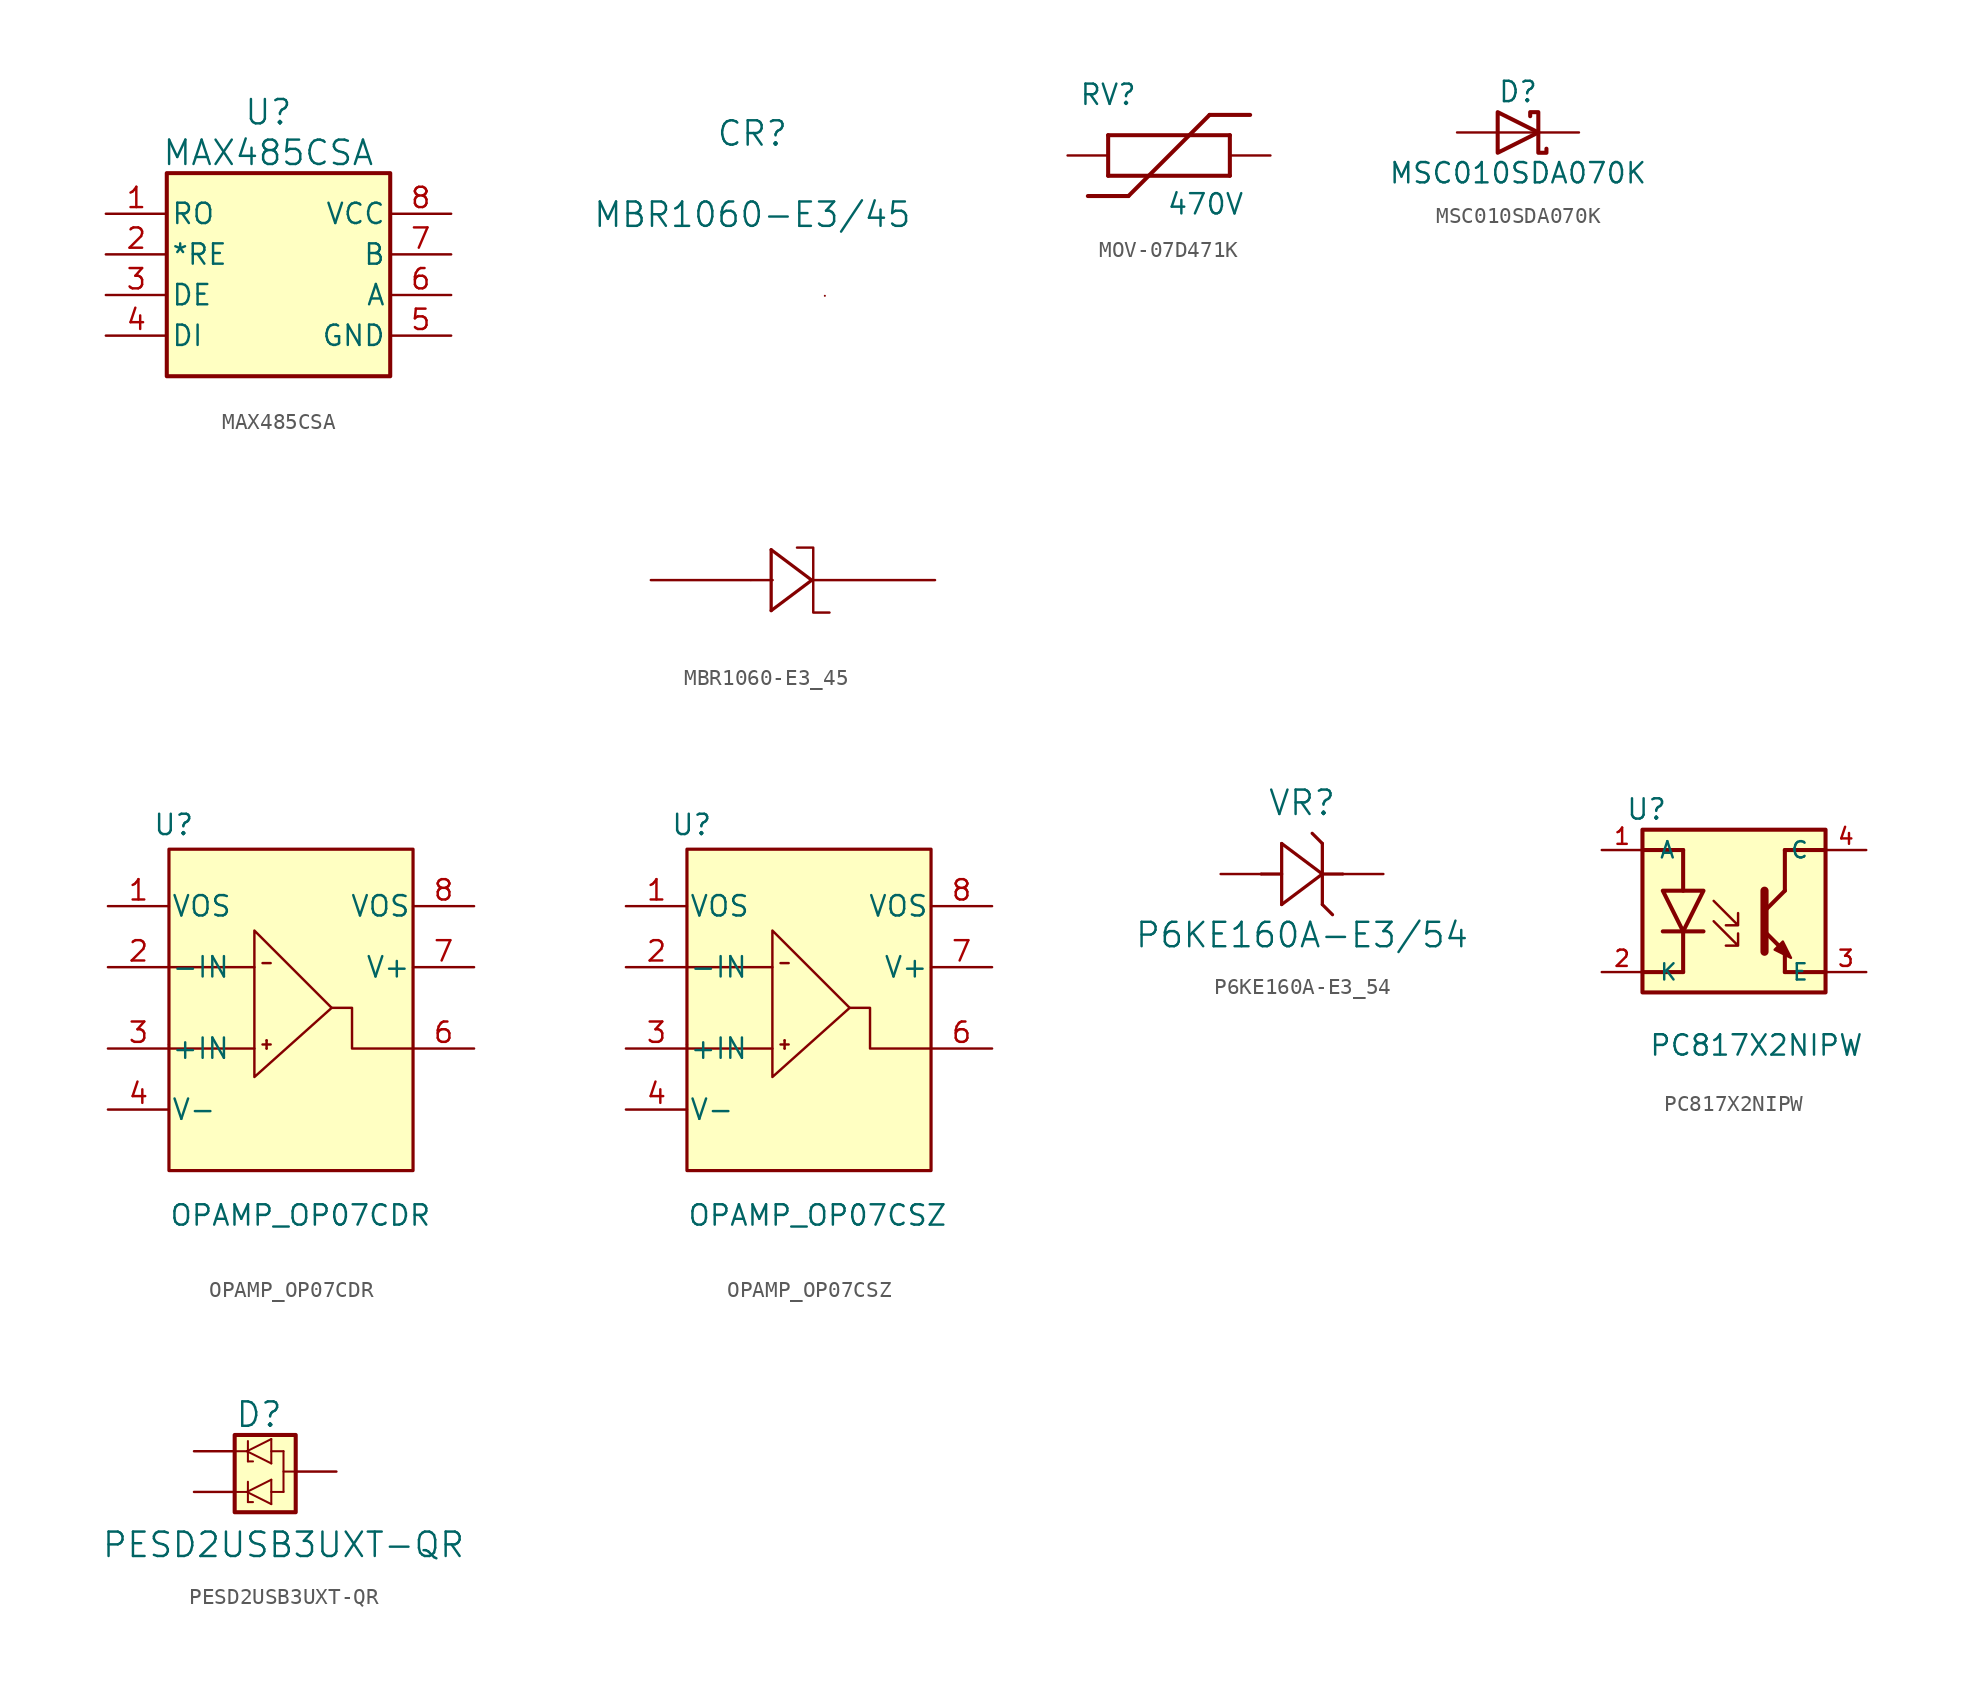
<source format=kicad_sym>
(kicad_symbol_lib
  (version 20231120)
  (generator "kicad_symbol_editor")
  (generator_version "8.0")
  (symbol "MAX485CSA"
    (pin_names
      (offset 0.254))
    (property "Reference" "U"
      (at 6.35 16.51 0)
      (effects (font (size 1.524 1.524))))
    (property "Value" "MAX485CSA"
      (at 6.35 13.97 0)
      (effects (font (size 1.524 1.524))))
    (symbol "MAX485CSA_0_1"
      (pin output line (at -3.81 10.16 0) (length 3.81) (name "RO" (effects (font (size 1.27 1.27)))) (number "1" (effects (font (size 1.27 1.27)))))
      (pin input line (at -3.81 7.62 0) (length 3.81) (name "*RE" (effects (font (size 1.27 1.27)))) (number "2" (effects (font (size 1.27 1.27)))))
      (pin input line (at -3.81 5.08 0) (length 3.81) (name "DE" (effects (font (size 1.27 1.27)))) (number "3" (effects (font (size 1.27 1.27)))))
      (pin input line (at -3.81 2.54 0) (length 3.81) (name "DI" (effects (font (size 1.27 1.27)))) (number "4" (effects (font (size 1.27 1.27)))))
      (pin power_in line (at 17.78 2.54 180) (length 3.81) (name "GND" (effects (font (size 1.27 1.27)))) (number "5" (effects (font (size 1.27 1.27)))))
      (pin bidirectional line (at 17.78 5.08 180) (length 3.81) (name "A" (effects (font (size 1.27 1.27)))) (number "6" (effects (font (size 1.27 1.27)))))
      (pin bidirectional line (at 17.78 7.62 180) (length 3.81) (name "B" (effects (font (size 1.27 1.27)))) (number "7" (effects (font (size 1.27 1.27)))))
      (pin power_in line (at 17.78 10.16 180) (length 3.81) (name "VCC" (effects (font (size 1.27 1.27)))) (number "8" (effects (font (size 1.27 1.27))))))
    (symbol "MAX485CSA_1_1"
      (rectangle (start 0 12.7) (end 13.97 0) (stroke (width 0.254) (type default)) (fill (type background)))))
  (symbol "MBR1060-E3_45"
    (pin_numbers hide)
    (pin_names
      (offset 0.254) hide)
    (property "Reference" "CR"
      (at -15.24 15.24 0)
      (effects (font (size 1.524 1.524))))
    (property "Value" "MBR1060-E3/45"
      (at -15.24 10.16 0)
      (effects (font (size 1.524 1.524))))
    (symbol "MBR1060-E3_45_0_1"
      (polyline (pts (xy -15.332 -12.705) (xy -15.332 -12.705)) (stroke (width 0.127) (type default)) (fill (type none)))
      (polyline (pts (xy -14.062 -14.61) (xy -14.062 -10.8)) (stroke (width 0.203) (type default)) (fill (type none)))
      (polyline (pts (xy -14.062 -10.8) (xy -11.522 -12.705)) (stroke (width 0.203) (type default)) (fill (type none)))
      (polyline (pts (xy -11.522 -12.705) (xy -14.062 -14.61)) (stroke (width 0.203) (type default)) (fill (type none)))
      (polyline (pts (xy -10.703 5.085) (xy -10.703 5.085)) (stroke (width 0.127) (type default)) (fill (type none)))
      (polyline (pts (xy -11.43 -14.732) (xy -11.43 -10.668) (xy -12.446 -10.668) (xy -11.43 -10.668) (xy -11.43 -14.732) (xy -10.414 -14.732)) (stroke (width 0) (type default)) (fill (type none)))
      (pin unspecified line (at -3.81 -12.7 180) (length 7.62) (name "1" (effects (font (size 1.27 1.27)))) (number "1" (effects (font (size 1.27 1.27))))))
    (symbol "MBR1060-E3_45_1_1"
      (pin unspecified line (at -21.59 -12.7 0) (length 7.62) (name "2" (effects (font (size 1.27 1.27)))) (number "2" (effects (font (size 1.27 1.27)))))))
  (symbol "MOV-07D471K"
    (pin_numbers hide)
    (pin_names hide)
    (property "Reference" "RV"
      (at -3.81 3.81 0)
      (effects (font (size 1.27 1.27))))
    (property "Value" "470V"
      (at 2.286 -3.048 0)
      (effects (font (size 1.27 1.27))))
    (symbol "MOV-07D471K_0_0"
      (polyline (pts (xy -5.08 -2.54) (xy -2.54 -2.54)) (stroke (width 0.254) (type default)) (fill (type none)))
      (polyline (pts (xy -3.81 1.27) (xy -3.81 -1.27)) (stroke (width 0.254) (type default)) (fill (type none)))
      (polyline (pts (xy -3.81 1.27) (xy 3.81 1.27)) (stroke (width 0.254) (type default)) (fill (type none)))
      (polyline (pts (xy 2.54 2.54) (xy -2.54 -2.54)) (stroke (width 0.254) (type default)) (fill (type none)))
      (polyline (pts (xy 2.54 2.54) (xy 5.08 2.54)) (stroke (width 0.254) (type default)) (fill (type none)))
      (polyline (pts (xy 3.81 -1.27) (xy -3.81 -1.27)) (stroke (width 0.254) (type default)) (fill (type none)))
      (polyline (pts (xy 3.81 -1.27) (xy 3.81 1.27)) (stroke (width 0.254) (type default)) (fill (type none)))
      (pin bidirectional line (at -6.35 0 0) (length 2.54) (name "~" (effects (font (size 1.016 1.016)))) (number "1" (effects (font (size 1.016 1.016)))))
      (pin bidirectional line (at 6.35 0 180) (length 2.54) (name "~" (effects (font (size 1.016 1.016)))) (number "2" (effects (font (size 1.016 1.016)))))))
  (symbol "MSC010SDA070K"
    (pin_numbers hide)
    (pin_names
      (offset 0.762) hide)
    (property "Reference" "D"
      (at 0 2.54 0)
      (effects (font (size 1.27 1.27))))
    (property "Value" "MSC010SDA070K"
      (at 0 -2.54 0)
      (effects (font (size 1.27 1.27))))
    (symbol "MSC010SDA070K_0_1"
      (polyline (pts (xy 1.27 0) (xy -1.27 0)) (stroke (width 0) (type default)) (fill (type none)))
      (polyline (pts (xy -1.27 1.27) (xy 1.27 0) (xy -1.27 -1.27) (xy -1.27 1.27) (xy -1.27 1.27) (xy -1.27 1.27)) (stroke (width 0.254) (type default)) (fill (type none)))
      (polyline (pts (xy 0.762 1.016) (xy 0.762 1.27) (xy 1.27 1.27) (xy 1.27 -1.27) (xy 1.778 -1.27) (xy 1.778 -1.016)) (stroke (width 0.254) (type default)) (fill (type none)))
      (pin passive line (at -3.81 0 0) (length 2.54) (name "A" (effects (font (size 1.27 1.27)))) (number "2" (effects (font (size 1.27 1.27))))))
    (symbol "MSC010SDA070K_1_1"
      (pin passive line (at 3.81 0 180) (length 2.54) (name "K" (effects (font (size 1.27 1.27)))) (number "1" (effects (font (size 1.27 1.27)))))))
  (symbol "OPAMP_OP07CDR"
    (pin_names
      (offset 0.127))
    (property "Reference" "U"
      (at -1.016 21.59 0)
      (effects (font (size 1.27 1.27)) (justify left)))
    (property "Value" "OPAMP_OP07CDR"
      (at 0 -2.794 0)
      (effects (font (size 1.27 1.27)) (justify left)))
    (symbol "OPAMP_OP07CDR_1_1"
      (polyline (pts (xy 0 7.62) (xy 5.334 7.62)) (stroke (width 0) (type default)) (fill (type none)))
      (polyline (pts (xy 0 7.874) (xy 0 7.874)) (stroke (width 0) (type default)) (fill (type none)))
      (polyline (pts (xy 0 12.7) (xy 5.334 12.7)) (stroke (width 0) (type default)) (fill (type none)))
      (polyline (pts (xy 5.842 7.874) (xy 6.35 7.874)) (stroke (width 0) (type default)) (fill (type none)))
      (polyline (pts (xy 5.842 12.954) (xy 6.35 12.954)) (stroke (width 0) (type default)) (fill (type none)))
      (polyline (pts (xy 6.096 7.62) (xy 6.096 7.62)) (stroke (width 0) (type default)) (fill (type none)))
      (polyline (pts (xy 6.096 7.62) (xy 6.096 8.128)) (stroke (width 0) (type default)) (fill (type none)))
      (polyline (pts (xy 6.096 8.128) (xy 6.096 8.128)) (stroke (width 0) (type default)) (fill (type none)))
      (polyline (pts (xy 10.16 10.16) (xy 11.43 10.16) (xy 11.43 7.62) (xy 15.24 7.62)) (stroke (width 0) (type default)) (fill (type none)))
      (polyline (pts (xy 5.334 14.986) (xy 5.334 5.842) (xy 10.16 10.16) (xy 5.334 14.986) (xy 5.334 13.97)) (stroke (width 0) (type default)) (fill (type none)))
      (rectangle (start 0 20.066) (end 15.24 0) (stroke (width 0.2) (type default)) (fill (type background)))
      (pin power_in line (at -3.81 16.51 0) (length 3.81) (name "VOS" (effects (font (size 1.27 1.27)))) (number "1" (effects (font (size 1.27 1.27)))))
      (pin input line (at -3.81 12.7 0) (length 3.81) (name "-IN" (effects (font (size 1.27 1.27)))) (number "2" (effects (font (size 1.27 1.27)))))
      (pin input line (at -3.81 7.62 0) (length 3.81) (name "+IN" (effects (font (size 1.27 1.27)))) (number "3" (effects (font (size 1.27 1.27)))))
      (pin power_in line (at -3.81 3.81 0) (length 3.81) (name "V-" (effects (font (size 1.27 1.27)))) (number "4" (effects (font (size 1.27 1.27)))))
      (pin no_connect line (at 19.05 3.81 180) (length 3.81) hide (name "NC" (effects (font (size 1.27 1.27)))) (number "5" (effects (font (size 1.27 1.27)))))
      (pin output line (at 19.05 7.62 180) (length 3.81) (name "~" (effects (font (size 1.27 1.27)))) (number "6" (effects (font (size 1.27 1.27)))))
      (pin power_in line (at 19.05 12.7 180) (length 3.81) (name "V+" (effects (font (size 1.27 1.27)))) (number "7" (effects (font (size 1.27 1.27)))))
      (pin power_in line (at 19.05 16.51 180) (length 3.81) (name "VOS" (effects (font (size 1.27 1.27)))) (number "8" (effects (font (size 1.27 1.27)))))))
  (symbol "OPAMP_OP07CSZ"
    (pin_names
      (offset 0.127))
    (property "Reference" "U"
      (at -1.016 21.59 0)
      (effects (font (size 1.27 1.27)) (justify left)))
    (property "Value" "OPAMP_OP07CSZ"
      (at 0 -2.794 0)
      (effects (font (size 1.27 1.27)) (justify left)))
    (symbol "OPAMP_OP07CSZ_1_1"
      (polyline (pts (xy 0 7.62) (xy 5.334 7.62)) (stroke (width 0) (type default)) (fill (type none)))
      (polyline (pts (xy 0 7.874) (xy 0 7.874)) (stroke (width 0) (type default)) (fill (type none)))
      (polyline (pts (xy 0 12.7) (xy 5.334 12.7)) (stroke (width 0) (type default)) (fill (type none)))
      (polyline (pts (xy 5.842 7.874) (xy 6.35 7.874)) (stroke (width 0) (type default)) (fill (type none)))
      (polyline (pts (xy 5.842 12.954) (xy 6.35 12.954)) (stroke (width 0) (type default)) (fill (type none)))
      (polyline (pts (xy 6.096 7.62) (xy 6.096 7.62)) (stroke (width 0) (type default)) (fill (type none)))
      (polyline (pts (xy 6.096 7.62) (xy 6.096 8.128)) (stroke (width 0) (type default)) (fill (type none)))
      (polyline (pts (xy 6.096 8.128) (xy 6.096 8.128)) (stroke (width 0) (type default)) (fill (type none)))
      (polyline (pts (xy 10.16 10.16) (xy 11.43 10.16) (xy 11.43 7.62) (xy 15.24 7.62)) (stroke (width 0) (type default)) (fill (type none)))
      (polyline (pts (xy 5.334 14.986) (xy 5.334 5.842) (xy 10.16 10.16) (xy 5.334 14.986) (xy 5.334 13.97)) (stroke (width 0) (type default)) (fill (type none)))
      (rectangle (start 0 20.066) (end 15.24 0) (stroke (width 0.2) (type default)) (fill (type background)))
      (pin power_in line (at -3.81 16.51 0) (length 3.81) (name "VOS" (effects (font (size 1.27 1.27)))) (number "1" (effects (font (size 1.27 1.27)))))
      (pin input line (at -3.81 12.7 0) (length 3.81) (name "-IN" (effects (font (size 1.27 1.27)))) (number "2" (effects (font (size 1.27 1.27)))))
      (pin input line (at -3.81 7.62 0) (length 3.81) (name "+IN" (effects (font (size 1.27 1.27)))) (number "3" (effects (font (size 1.27 1.27)))))
      (pin power_in line (at -3.81 3.81 0) (length 3.81) (name "V-" (effects (font (size 1.27 1.27)))) (number "4" (effects (font (size 1.27 1.27)))))
      (pin no_connect line (at 19.05 3.81 180) (length 3.81) hide (name "NC" (effects (font (size 1.27 1.27)))) (number "5" (effects (font (size 1.27 1.27)))))
      (pin output line (at 19.05 7.62 180) (length 3.81) (name "~" (effects (font (size 1.27 1.27)))) (number "6" (effects (font (size 1.27 1.27)))))
      (pin power_in line (at 19.05 12.7 180) (length 3.81) (name "V+" (effects (font (size 1.27 1.27)))) (number "7" (effects (font (size 1.27 1.27)))))
      (pin power_in line (at 19.05 16.51 180) (length 3.81) (name "VOS" (effects (font (size 1.27 1.27)))) (number "8" (effects (font (size 1.27 1.27)))))))
  (symbol "P6KE160A-E3_54"
    (pin_numbers hide)
    (pin_names
      (offset 0.254) hide)
    (property "Reference" "VR"
      (at 5.08 4.445 0)
      (effects (font (size 1.524 1.524))))
    (property "Value" "P6KE160A-E3/54"
      (at 5.08 -3.81 0)
      (effects (font (size 1.524 1.524))))
    (symbol "P6KE160A-E3_54_0_1"
      (polyline (pts (xy 2.54 0) (xy 3.81 0)) (stroke (width 0.203) (type default)) (fill (type none)))
      (polyline (pts (xy 3.81 -1.905) (xy 6.35 0)) (stroke (width 0.203) (type default)) (fill (type none)))
      (polyline (pts (xy 3.81 1.905) (xy 3.81 -1.905)) (stroke (width 0.203) (type default)) (fill (type none)))
      (polyline (pts (xy 6.35 0) (xy 3.81 1.905)) (stroke (width 0.203) (type default)) (fill (type none)))
      (polyline (pts (xy 6.35 0) (xy 7.62 0)) (stroke (width 0.203) (type default)) (fill (type none))))
    (symbol "P6KE160A-E3_54_1_1"
      (polyline (pts (xy 6.35 -1.905) (xy 6.35 1.905)) (stroke (width 0.203) (type default)) (fill (type none)))
      (polyline (pts (xy 6.35 -1.905) (xy 6.985 -2.54)) (stroke (width 0.203) (type default)) (fill (type none)))
      (polyline (pts (xy 6.35 1.905) (xy 5.715 2.54)) (stroke (width 0.203) (type default)) (fill (type none)))
      (pin unspecified line (at 10.16 0 180) (length 2.54) (name "K" (effects (font (size 1.27 1.27)))) (number "1" (effects (font (size 1.27 1.27)))))
      (pin unspecified line (at 0 0 0) (length 2.54) (name "A" (effects (font (size 1.27 1.27)))) (number "2" (effects (font (size 1.27 1.27)))))))
  (symbol "PC817X2NIPW"
    (pin_names
      (offset 1.016))
    (property "Reference" "U"
      (at 0.254 11.43 0)
      (effects (font (size 1.27 1.27))))
    (property "Value" "PC817X2NIPW"
      (at 7.112 -3.302 0)
      (effects (font (size 1.27 1.27))))
    (symbol "PC817X2NIPW_0_0"
      (polyline (pts (xy 0 8.89) (xy 2.54 8.89)) (stroke (width 0.254) (type default)) (fill (type none)))
      (polyline (pts (xy 2.54 1.27) (xy 0 1.27)) (stroke (width 0.254) (type default)) (fill (type none)))
      (polyline (pts (xy 2.54 3.81) (xy 2.54 1.27)) (stroke (width 0.254) (type default)) (fill (type none)))
      (polyline (pts (xy 2.54 8.89) (xy 2.54 6.35)) (stroke (width 0.254) (type default)) (fill (type none)))
      (polyline (pts (xy 8.89 1.27) (xy 11.43 1.27)) (stroke (width 0.254) (type default)) (fill (type none)))
      (polyline (pts (xy 8.89 2.54) (xy 8.89 1.27)) (stroke (width 0.254) (type default)) (fill (type none)))
      (polyline (pts (xy 8.89 8.89) (xy 8.89 6.35)) (stroke (width 0.254) (type default)) (fill (type none)))
      (polyline (pts (xy 11.43 8.89) (xy 8.89 8.89)) (stroke (width 0.254) (type default)) (fill (type none)))
      (rectangle (start 0 10.16) (end 11.43 0) (stroke (width 0.254) (type default)) (fill (type background)))
      (pin passive line (at -2.54 8.89 0) (length 2.54) (name "A" (effects (font (size 1.016 1.016)))) (number "1" (effects (font (size 1.016 1.016)))))
      (pin passive line (at -2.54 1.27 0) (length 2.54) (name "K" (effects (font (size 1.016 1.016)))) (number "2" (effects (font (size 1.016 1.016))))))
    (symbol "PC817X2NIPW_0_1"
      (polyline (pts (xy 3.81 3.81) (xy 1.27 3.81)) (stroke (width 0.254) (type default)) (fill (type none)))
      (polyline (pts (xy 7.62 6.35) (xy 7.62 2.54) (xy 7.62 2.54)) (stroke (width 0.508) (type default)) (fill (type none)))
      (polyline (pts (xy 3.81 6.35) (xy 1.27 6.35) (xy 2.54 3.81) (xy 3.81 6.35)) (stroke (width 0.254) (type default)) (fill (type none)))
      (polyline (pts (xy 4.445 4.445) (xy 5.969 2.921) (xy 5.969 3.683) (xy 5.969 2.921) (xy 5.207 2.921)) (stroke (width 0) (type default)) (fill (type none)))
      (polyline (pts (xy 4.445 5.715) (xy 5.969 4.191) (xy 5.969 4.953) (xy 5.969 4.191) (xy 5.207 4.191)) (stroke (width 0) (type default)) (fill (type none)))
      (polyline (pts (xy 8.255 2.667) (xy 8.763 3.175) (xy 9.271 2.159) (xy 8.255 2.667) (xy 8.255 2.667)) (stroke (width 0) (type default)) (fill (type outline))))
    (symbol "PC817X2NIPW_1_0"
      (pin passive line (at 13.97 1.27 180) (length 2.54) (name "E" (effects (font (size 1.016 1.016)))) (number "3" (effects (font (size 1.016 1.016)))))
      (pin passive line (at 13.97 8.89 180) (length 2.54) (name "C" (effects (font (size 1.016 1.016)))) (number "4" (effects (font (size 1.016 1.016))))))
    (symbol "PC817X2NIPW_1_1"
      (polyline (pts (xy 7.62 5.08) (xy 8.89 6.35)) (stroke (width 0.254) (type default)) (fill (type none)))
      (polyline (pts (xy 7.62 3.81) (xy 8.89 2.54) (xy 8.89 2.54)) (stroke (width 0.254) (type default)) (fill (type none)))))
  (symbol "PESD2USB3UXT-QR"
    (pin_numbers hide)
    (pin_names
      (offset 0.254) hide)
    (property "Reference" "D"
      (at 1.524 6.096 0)
      (effects (font (size 1.524 1.524))))
    (property "Value" "PESD2USB3UXT-QR"
      (at 3.048 -2.032 0)
      (effects (font (size 1.524 1.524))))
    (symbol "PESD2USB3UXT-QR_0_1"
      (polyline (pts (xy 0 1.27) (xy 0.762 1.27)) (stroke (width 0.127) (type default)) (fill (type none)))
      (polyline (pts (xy 0.762 1.27) (xy 2.286 0.508)) (stroke (width 0.127) (type default)) (fill (type none)))
      (polyline (pts (xy 0.762 3.81) (xy 0 3.81)) (stroke (width 0.127) (type default)) (fill (type none)))
      (polyline (pts (xy 0.762 3.81) (xy 2.286 3.048)) (stroke (width 0.127) (type default)) (fill (type none)))
      (polyline (pts (xy 0.826 0.635) (xy 0.826 1.905)) (stroke (width 0.127) (type default)) (fill (type none)))
      (polyline (pts (xy 0.826 0.635) (xy 1.143 0.635)) (stroke (width 0.127) (type default)) (fill (type none)))
      (polyline (pts (xy 0.826 3.175) (xy 0.826 4.445)) (stroke (width 0.127) (type default)) (fill (type none)))
      (polyline (pts (xy 0.826 3.175) (xy 1.143 3.175)) (stroke (width 0.127) (type default)) (fill (type none)))
      (polyline (pts (xy 2.286 0.508) (xy 2.286 2.032)) (stroke (width 0.127) (type default)) (fill (type none)))
      (polyline (pts (xy 2.286 1.27) (xy 3.048 1.27)) (stroke (width 0.127) (type default)) (fill (type none)))
      (polyline (pts (xy 2.286 2.032) (xy 0.762 1.27)) (stroke (width 0.127) (type default)) (fill (type none)))
      (polyline (pts (xy 2.286 3.048) (xy 2.286 4.572)) (stroke (width 0.127) (type default)) (fill (type none)))
      (polyline (pts (xy 2.286 3.81) (xy 3.048 3.81)) (stroke (width 0.127) (type default)) (fill (type none)))
      (polyline (pts (xy 2.286 4.572) (xy 0.762 3.81)) (stroke (width 0.127) (type default)) (fill (type none)))
      (polyline (pts (xy 3.048 1.27) (xy 3.048 3.81)) (stroke (width 0.127) (type default)) (fill (type none)))
      (polyline (pts (xy 3.048 2.54) (xy 3.81 2.54)) (stroke (width 0.127) (type default)) (fill (type none)))
      (pin unspecified line (at -2.54 3.81 0) (length 2.54) (name "~" (effects (font (size 1.27 1.27)))) (number "1" (effects (font (size 1.27 1.27)))))
      (pin unspecified line (at -2.54 1.27 0) (length 2.54) (name "~" (effects (font (size 1.27 1.27)))) (number "2" (effects (font (size 1.27 1.27)))))
      (pin unspecified line (at 6.35 2.54 180) (length 2.54) (name "~" (effects (font (size 1.27 1.27)))) (number "3" (effects (font (size 1.27 1.27))))))
    (symbol "PESD2USB3UXT-QR_1_1"
      (rectangle (start 0 4.826) (end 3.81 0) (stroke (width 0.254) (type default)) (fill (type background))))))
</source>
